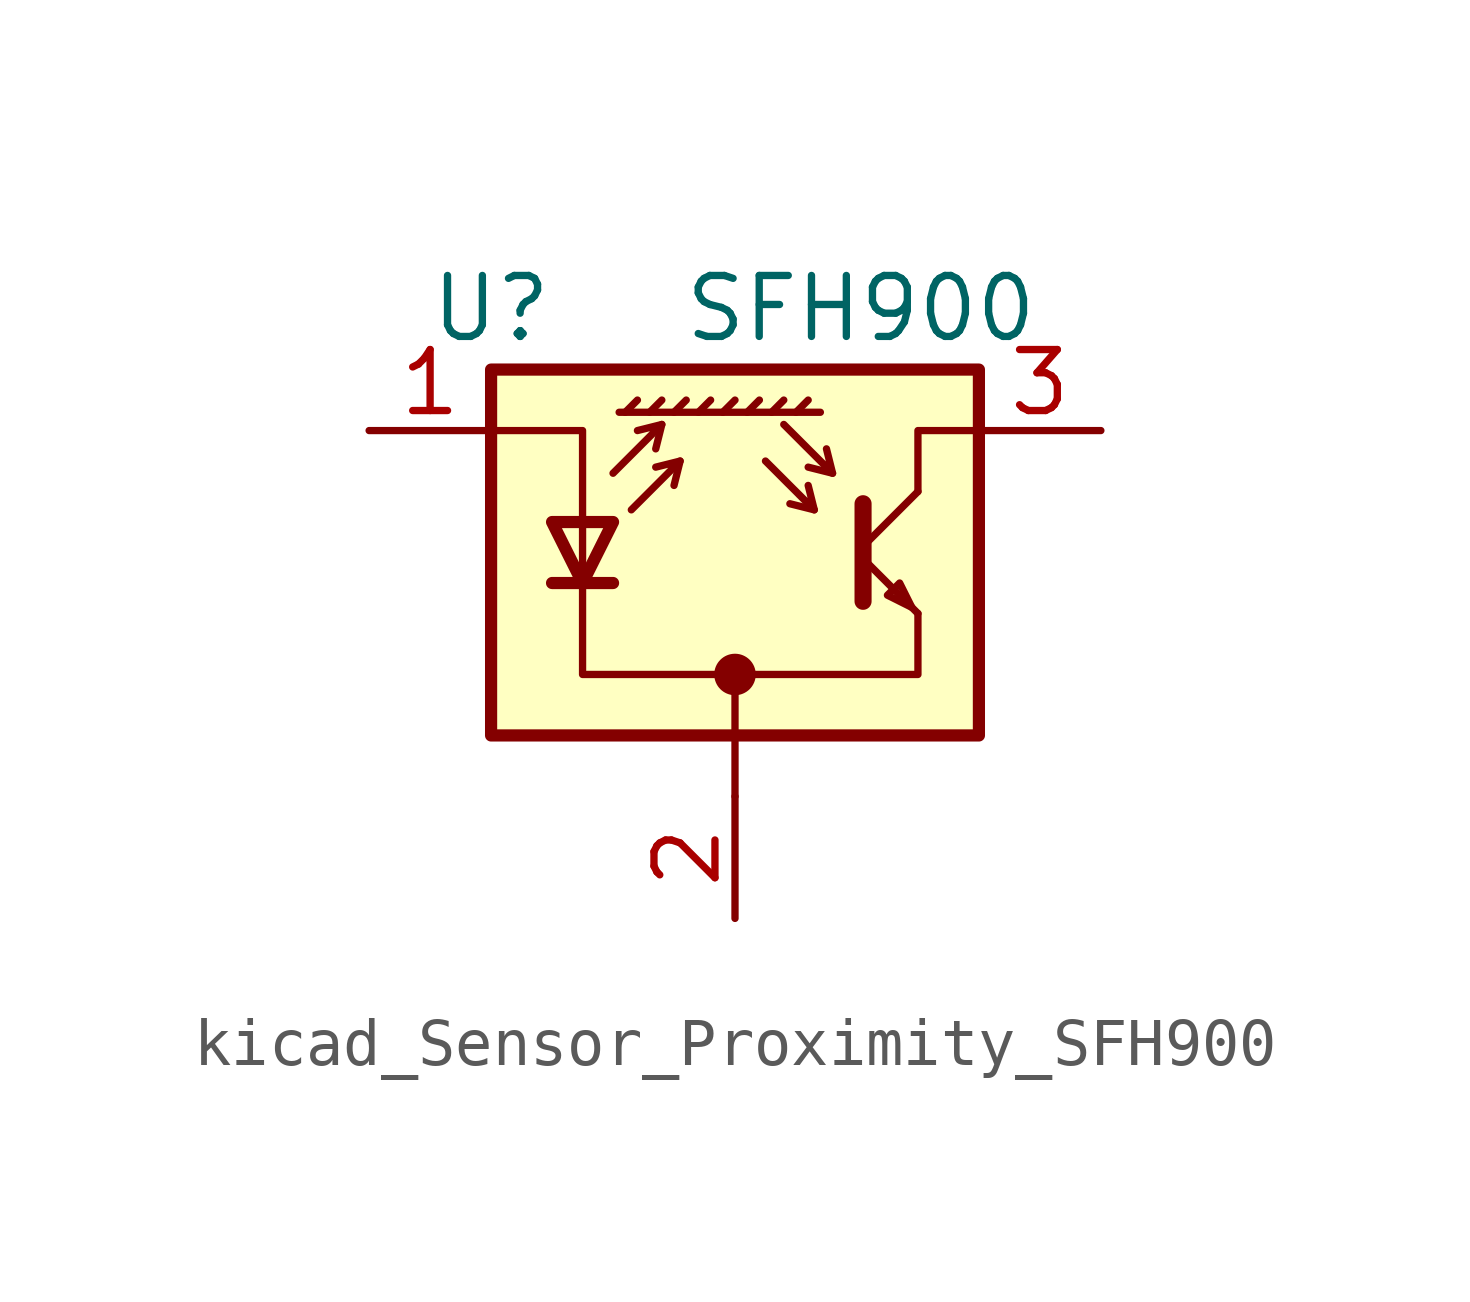
<source format=kicad_sym>
(kicad_symbol_lib
  (version 20220914)
  (generator kicad_symbol_editor)
  (symbol "kicad_Sensor_Proximity_SFH900"
    (pin_names
      (offset 1.016) hide)
    (property "Reference" "U"
      (at -5.08 5.08 0)
      (effects (font (size 1.27 1.27))))
    (property "Value" "SFH900"
      (at 6.35 5.08 0)
      (effects (font (size 1.27 1.27)) (justify right)))
    (symbol "kicad_Sensor_Proximity_SFH900_0_1"
      (circle (center 0 -2.54) (radius 0.356) (stroke (width 0) (type default)) (fill (type outline)))
      (polyline (pts (xy -3.81 -0.635) (xy -2.54 -0.635)) (stroke (width 0.254) (type default)) (fill (type none)))
      (polyline (pts (xy -2.286 2.921) (xy -2.032 3.175)) (stroke (width 0) (type default)) (fill (type none)))
      (polyline (pts (xy -1.778 2.921) (xy -1.524 3.175)) (stroke (width 0) (type default)) (fill (type none)))
      (polyline (pts (xy -1.524 2.667) (xy -1.651 2.159)) (stroke (width 0) (type default)) (fill (type none)))
      (polyline (pts (xy -1.27 2.921) (xy -1.016 3.175)) (stroke (width 0) (type default)) (fill (type none)))
      (polyline (pts (xy -1.143 1.905) (xy -1.27 1.397)) (stroke (width 0) (type default)) (fill (type none)))
      (polyline (pts (xy -0.762 2.921) (xy -0.508 3.175)) (stroke (width 0) (type default)) (fill (type none)))
      (polyline (pts (xy -0.254 2.921) (xy 0 3.175)) (stroke (width 0) (type default)) (fill (type none)))
      (polyline (pts (xy 0 -2.54) (xy 0 -5.08)) (stroke (width 0) (type default)) (fill (type none)))
      (polyline (pts (xy 0.254 2.921) (xy 0.508 3.175)) (stroke (width 0) (type default)) (fill (type none)))
      (polyline (pts (xy 0.762 2.921) (xy 1.016 3.175)) (stroke (width 0) (type default)) (fill (type none)))
      (polyline (pts (xy 1.27 2.921) (xy 1.524 3.175)) (stroke (width 0) (type default)) (fill (type none)))
      (polyline (pts (xy 1.651 0.889) (xy 1.143 1.016)) (stroke (width 0) (type default)) (fill (type none)))
      (polyline (pts (xy 1.778 2.921) (xy -2.413 2.921)) (stroke (width 0) (type default)) (fill (type none)))
      (polyline (pts (xy 2.032 1.651) (xy 1.524 1.778)) (stroke (width 0) (type default)) (fill (type none)))
      (polyline (pts (xy 2.667 -0.127) (xy 3.81 -1.27)) (stroke (width 0) (type default)) (fill (type none)))
      (polyline (pts (xy 2.667 0.127) (xy 3.81 1.27)) (stroke (width 0) (type default)) (fill (type none)))
      (polyline (pts (xy -2.54 1.651) (xy -1.524 2.667) (xy -2.032 2.54)) (stroke (width 0) (type default)) (fill (type none)))
      (polyline (pts (xy -2.159 0.889) (xy -1.143 1.905) (xy -1.651 1.778)) (stroke (width 0) (type default)) (fill (type none)))
      (polyline (pts (xy 0.635 1.905) (xy 1.651 0.889) (xy 1.524 1.397)) (stroke (width 0) (type default)) (fill (type none)))
      (polyline (pts (xy 1.016 2.667) (xy 2.032 1.651) (xy 1.905 2.159)) (stroke (width 0) (type default)) (fill (type none)))
      (polyline (pts (xy 2.667 1.016) (xy 2.667 -1.016) (xy 2.667 -1.016)) (stroke (width 0.356) (type default)) (fill (type none)))
      (polyline (pts (xy 3.81 1.27) (xy 3.81 2.54) (xy 5.08 2.54)) (stroke (width 0) (type default)) (fill (type none)))
      (polyline (pts (xy -3.175 -0.635) (xy -3.81 0.635) (xy -2.54 0.635) (xy -3.175 -0.635)) (stroke (width 0.254) (type default)) (fill (type none)))
      (polyline (pts (xy 3.683 -1.143) (xy 3.429 -0.635) (xy 3.175 -0.889) (xy 3.683 -1.143)) (stroke (width 0) (type default)) (fill (type none)))
      (polyline (pts (xy -5.08 -3.81) (xy 5.08 -3.81) (xy 5.08 3.81) (xy -5.08 3.81) (xy -5.08 -3.81)) (stroke (width 0.254) (type default)) (fill (type background)))
      (polyline (pts (xy -5.08 2.54) (xy -3.175 2.54) (xy -3.175 -2.54) (xy 3.81 -2.54) (xy 3.81 -1.27)) (stroke (width 0) (type default)) (fill (type none))))
    (symbol "kicad_Sensor_Proximity_SFH900_1_1"
      (pin passive line (at -7.62 2.54 0) (length 2.54) (name "A" (effects (font (size 1.27 1.27)))) (number "1" (effects (font (size 1.27 1.27)))))
      (pin passive line (at 0 -7.62 90) (length 2.54) (name "K" (effects (font (size 1.27 1.27)))) (number "2" (effects (font (size 1.27 1.27)))))
      (pin open_collector line (at 7.62 2.54 180) (length 2.54) (name "C" (effects (font (size 1.27 1.27)))) (number "3" (effects (font (size 1.27 1.27))))))))
</source>
